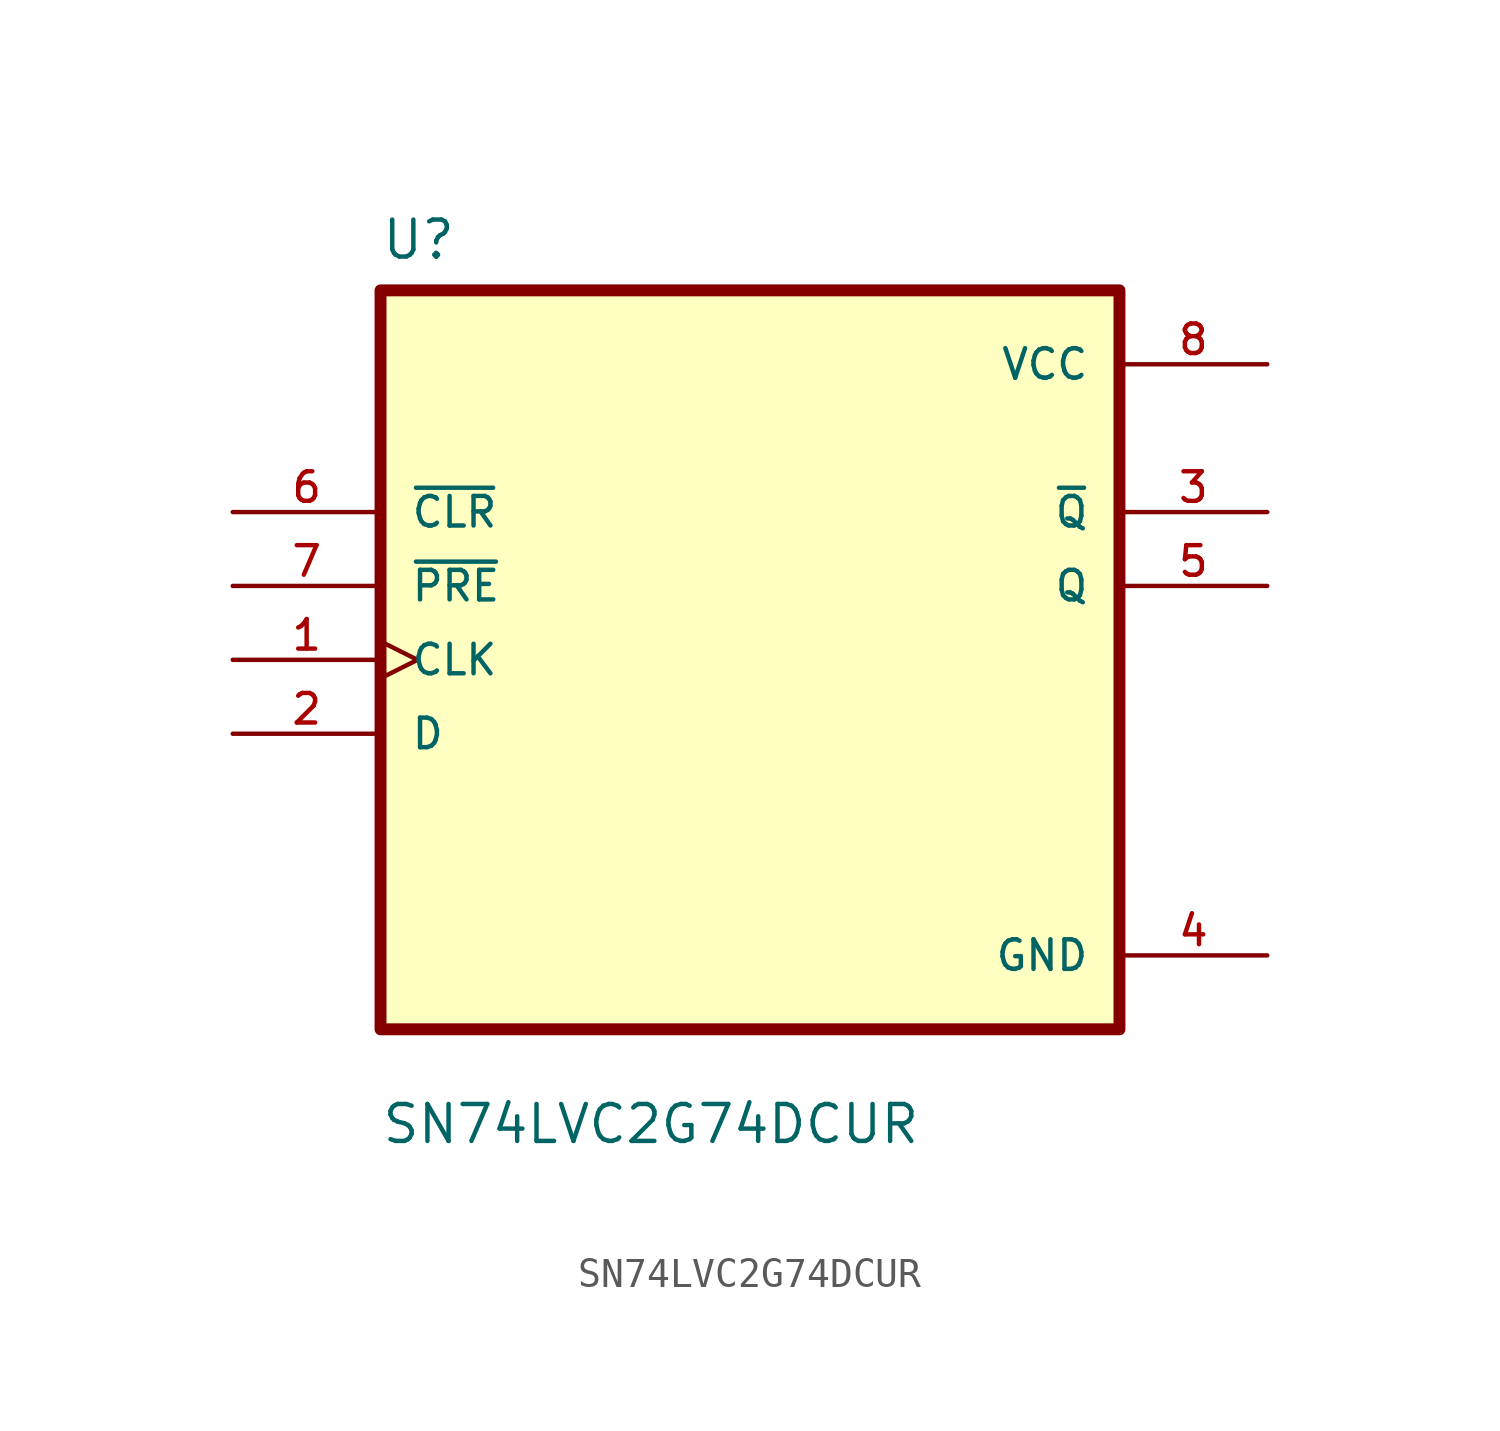
<source format=kicad_sym>
(kicad_symbol_lib
  (version 20211014)
  (generator kicad_symbol_editor)
  (symbol "SN74LVC2G74DCUR"
    (pin_names
      (offset 1.016))
    (property "Reference" "U"
      (at -12.7 13.7 0.0)
      (effects (font (size 1.27 1.27)) (justify bottom left)))
    (property "Value" "SN74LVC2G74DCUR"
      (at -12.7 -16.7 0.0)
      (effects (font (size 1.27 1.27)) (justify bottom left)))
    (symbol "SN74LVC2G74DCUR_0_0"
      (rectangle (start -12.7 -12.7) (end 12.7 12.7) (stroke (width 0.41)) (fill (type background)))
      (pin input line (at -17.78 5.08 0) (length 5.08) (name "~{CLR}" (effects (font (size 1.016 1.016)))) (number "6" (effects (font (size 1.016 1.016)))))
      (pin input line (at -17.78 2.54 0) (length 5.08) (name "~{PRE}" (effects (font (size 1.016 1.016)))) (number "7" (effects (font (size 1.016 1.016)))))
      (pin input clock (at -17.78 -8.88178e-16 0) (length 5.08) (name "CLK" (effects (font (size 1.016 1.016)))) (number "1" (effects (font (size 1.016 1.016)))))
      (pin input line (at -17.78 -2.54 0) (length 5.08) (name "D" (effects (font (size 1.016 1.016)))) (number "2" (effects (font (size 1.016 1.016)))))
      (pin power_in line (at 17.78 10.16 180.0) (length 5.08) (name "VCC" (effects (font (size 1.016 1.016)))) (number "8" (effects (font (size 1.016 1.016)))))
      (pin output line (at 17.78 5.08 180.0) (length 5.08) (name "~{Q}" (effects (font (size 1.016 1.016)))) (number "3" (effects (font (size 1.016 1.016)))))
      (pin output line (at 17.78 2.54 180.0) (length 5.08) (name "Q" (effects (font (size 1.016 1.016)))) (number "5" (effects (font (size 1.016 1.016)))))
      (pin power_in line (at 17.78 -10.16 180.0) (length 5.08) (name "GND" (effects (font (size 1.016 1.016)))) (number "4" (effects (font (size 1.016 1.016))))))))
</source>
